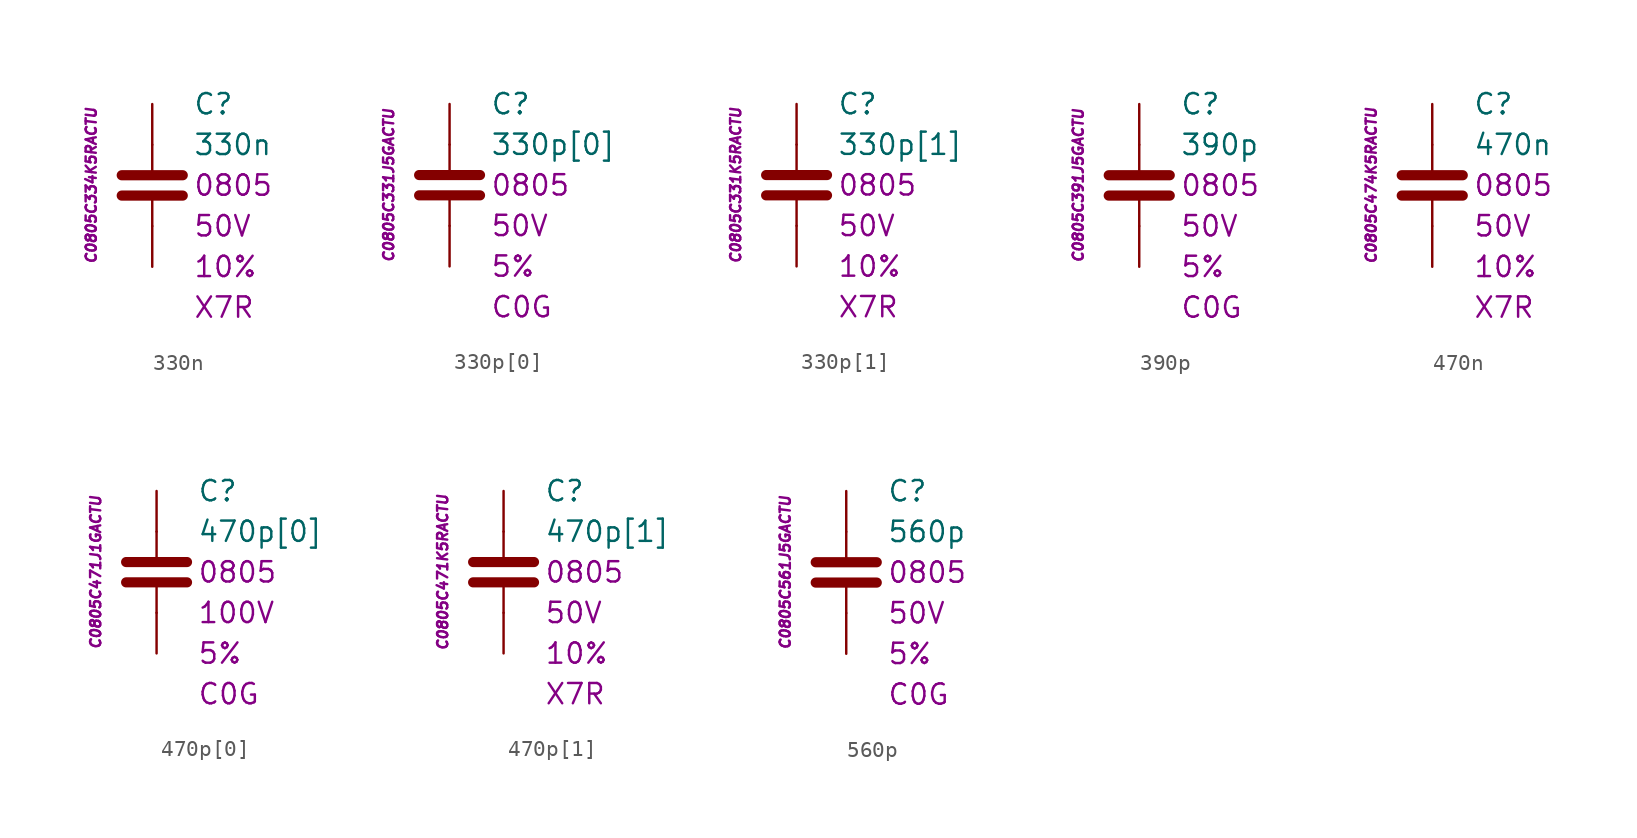
<source format=kicad_sym>
(kicad_symbol_lib
  (version 20201005)
  (generator kicad_symbol_editor)
  (symbol "330n"
    (pin_numbers hide)
    (pin_names
      (offset 1.016) hide)
    (property "Reference" "C"
      (at 2.54 5.08 0)
      (effects (font (size 1.27 1.27)) (justify left)))
    (property "Value" "330n"
      (at 2.54 2.54 0)
      (effects (font (size 1.27 1.27)) (justify left)))
    (property "Package" "0805"
      (at 2.54 0 0)
      (effects (font (size 1.27 1.27)) (justify left)))
    (property "Voltage" "50V"
      (at 2.54 -2.54 0)
      (effects (font (size 1.27 1.27)) (justify left)))
    (property "Tolerance" "10%"
      (at 2.54 -5.08 0)
      (effects (font (size 1.27 1.27)) (justify left)))
    (property "Dielectric" "X7R"
      (at 2.54 -7.62 0)
      (effects (font (size 1.27 1.27)) (justify left)))
    (property "ID" "C0805C334K5RACTU"
      (at -3.81 0 90)
      (effects (font (size 0.635 0.635) italic)))
    (symbol "330n_0_1"
      (polyline (pts (xy -1.905 -0.635) (xy 1.905 -0.635)) (stroke (width 0.635)) (fill (type none)))
      (polyline (pts (xy -1.905 0.635) (xy 1.905 0.635)) (stroke (width 0.635)) (fill (type none)))
      (polyline (pts (xy 0 -2.54) (xy 0 -0.635)) (stroke (width 0.152)) (fill (type none)))
      (polyline (pts (xy 0 0.635) (xy 0 2.54)) (stroke (width 0.152)) (fill (type none))))
    (symbol "330n_1_1"
      (pin passive line (at 0 5.08 270) (length 2.54) (name "~" (effects (font (size 1.778 1.778)))) (number "1" (effects (font (size 1.778 1.778)))))
      (pin passive line (at 0 -5.08 90) (length 2.54) (name "~" (effects (font (size 1.778 1.778)))) (number "2" (effects (font (size 1.778 1.778)))))))
  (symbol "330p[0]"
    (pin_numbers hide)
    (pin_names
      (offset 1.016) hide)
    (property "Reference" "C"
      (at 2.54 5.08 0)
      (effects (font (size 1.27 1.27)) (justify left)))
    (property "Value" "330p[0]"
      (at 2.54 2.54 0)
      (effects (font (size 1.27 1.27)) (justify left)))
    (property "Package" "0805"
      (at 2.54 0 0)
      (effects (font (size 1.27 1.27)) (justify left)))
    (property "Voltage" "50V"
      (at 2.54 -2.54 0)
      (effects (font (size 1.27 1.27)) (justify left)))
    (property "Tolerance" "5%"
      (at 2.54 -5.08 0)
      (effects (font (size 1.27 1.27)) (justify left)))
    (property "Dielectric" "C0G"
      (at 2.54 -7.62 0)
      (effects (font (size 1.27 1.27)) (justify left)))
    (property "ID" "C0805C331J5GACTU"
      (at -3.81 0 90)
      (effects (font (size 0.635 0.635) italic)))
    (symbol "330p[0]_0_1"
      (polyline (pts (xy -1.905 -0.635) (xy 1.905 -0.635)) (stroke (width 0.635)) (fill (type none)))
      (polyline (pts (xy -1.905 0.635) (xy 1.905 0.635)) (stroke (width 0.635)) (fill (type none)))
      (polyline (pts (xy 0 -2.54) (xy 0 -0.635)) (stroke (width 0.152)) (fill (type none)))
      (polyline (pts (xy 0 0.635) (xy 0 2.54)) (stroke (width 0.152)) (fill (type none))))
    (symbol "330p[0]_1_1"
      (pin passive line (at 0 5.08 270) (length 2.54) (name "~" (effects (font (size 1.778 1.778)))) (number "1" (effects (font (size 1.778 1.778)))))
      (pin passive line (at 0 -5.08 90) (length 2.54) (name "~" (effects (font (size 1.778 1.778)))) (number "2" (effects (font (size 1.778 1.778)))))))
  (symbol "330p[1]"
    (pin_numbers hide)
    (pin_names
      (offset 1.016) hide)
    (property "Reference" "C"
      (at 2.54 5.08 0)
      (effects (font (size 1.27 1.27)) (justify left)))
    (property "Value" "330p[1]"
      (at 2.54 2.54 0)
      (effects (font (size 1.27 1.27)) (justify left)))
    (property "Package" "0805"
      (at 2.54 0 0)
      (effects (font (size 1.27 1.27)) (justify left)))
    (property "Voltage" "50V"
      (at 2.54 -2.54 0)
      (effects (font (size 1.27 1.27)) (justify left)))
    (property "Tolerance" "10%"
      (at 2.54 -5.08 0)
      (effects (font (size 1.27 1.27)) (justify left)))
    (property "Dielectric" "X7R"
      (at 2.54 -7.62 0)
      (effects (font (size 1.27 1.27)) (justify left)))
    (property "ID" "C0805C331K5RACTU"
      (at -3.81 0 90)
      (effects (font (size 0.635 0.635) italic)))
    (symbol "330p[1]_0_1"
      (polyline (pts (xy -1.905 -0.635) (xy 1.905 -0.635)) (stroke (width 0.635)) (fill (type none)))
      (polyline (pts (xy -1.905 0.635) (xy 1.905 0.635)) (stroke (width 0.635)) (fill (type none)))
      (polyline (pts (xy 0 -2.54) (xy 0 -0.635)) (stroke (width 0.152)) (fill (type none)))
      (polyline (pts (xy 0 0.635) (xy 0 2.54)) (stroke (width 0.152)) (fill (type none))))
    (symbol "330p[1]_1_1"
      (pin passive line (at 0 5.08 270) (length 2.54) (name "~" (effects (font (size 1.778 1.778)))) (number "1" (effects (font (size 1.778 1.778)))))
      (pin passive line (at 0 -5.08 90) (length 2.54) (name "~" (effects (font (size 1.778 1.778)))) (number "2" (effects (font (size 1.778 1.778)))))))
  (symbol "390p"
    (pin_numbers hide)
    (pin_names
      (offset 1.016) hide)
    (property "Reference" "C"
      (at 2.54 5.08 0)
      (effects (font (size 1.27 1.27)) (justify left)))
    (property "Value" "390p"
      (at 2.54 2.54 0)
      (effects (font (size 1.27 1.27)) (justify left)))
    (property "Package" "0805"
      (at 2.54 0 0)
      (effects (font (size 1.27 1.27)) (justify left)))
    (property "Voltage" "50V"
      (at 2.54 -2.54 0)
      (effects (font (size 1.27 1.27)) (justify left)))
    (property "Tolerance" "5%"
      (at 2.54 -5.08 0)
      (effects (font (size 1.27 1.27)) (justify left)))
    (property "Dielectric" "C0G"
      (at 2.54 -7.62 0)
      (effects (font (size 1.27 1.27)) (justify left)))
    (property "ID" "C0805C391J5GACTU"
      (at -3.81 0 90)
      (effects (font (size 0.635 0.635) italic)))
    (symbol "390p_0_1"
      (polyline (pts (xy -1.905 -0.635) (xy 1.905 -0.635)) (stroke (width 0.635)) (fill (type none)))
      (polyline (pts (xy -1.905 0.635) (xy 1.905 0.635)) (stroke (width 0.635)) (fill (type none)))
      (polyline (pts (xy 0 -2.54) (xy 0 -0.635)) (stroke (width 0.152)) (fill (type none)))
      (polyline (pts (xy 0 0.635) (xy 0 2.54)) (stroke (width 0.152)) (fill (type none))))
    (symbol "390p_1_1"
      (pin passive line (at 0 5.08 270) (length 2.54) (name "~" (effects (font (size 1.778 1.778)))) (number "1" (effects (font (size 1.778 1.778)))))
      (pin passive line (at 0 -5.08 90) (length 2.54) (name "~" (effects (font (size 1.778 1.778)))) (number "2" (effects (font (size 1.778 1.778)))))))
  (symbol "470n"
    (pin_numbers hide)
    (pin_names
      (offset 1.016) hide)
    (property "Reference" "C"
      (at 2.54 5.08 0)
      (effects (font (size 1.27 1.27)) (justify left)))
    (property "Value" "470n"
      (at 2.54 2.54 0)
      (effects (font (size 1.27 1.27)) (justify left)))
    (property "Package" "0805"
      (at 2.54 0 0)
      (effects (font (size 1.27 1.27)) (justify left)))
    (property "Voltage" "50V"
      (at 2.54 -2.54 0)
      (effects (font (size 1.27 1.27)) (justify left)))
    (property "Tolerance" "10%"
      (at 2.54 -5.08 0)
      (effects (font (size 1.27 1.27)) (justify left)))
    (property "Dielectric" "X7R"
      (at 2.54 -7.62 0)
      (effects (font (size 1.27 1.27)) (justify left)))
    (property "ID" "C0805C474K5RACTU"
      (at -3.81 0 90)
      (effects (font (size 0.635 0.635) italic)))
    (symbol "470n_0_1"
      (polyline (pts (xy -1.905 -0.635) (xy 1.905 -0.635)) (stroke (width 0.635)) (fill (type none)))
      (polyline (pts (xy -1.905 0.635) (xy 1.905 0.635)) (stroke (width 0.635)) (fill (type none)))
      (polyline (pts (xy 0 -2.54) (xy 0 -0.635)) (stroke (width 0.152)) (fill (type none)))
      (polyline (pts (xy 0 0.635) (xy 0 2.54)) (stroke (width 0.152)) (fill (type none))))
    (symbol "470n_1_1"
      (pin passive line (at 0 5.08 270) (length 2.54) (name "~" (effects (font (size 1.778 1.778)))) (number "1" (effects (font (size 1.778 1.778)))))
      (pin passive line (at 0 -5.08 90) (length 2.54) (name "~" (effects (font (size 1.778 1.778)))) (number "2" (effects (font (size 1.778 1.778)))))))
  (symbol "470p[0]"
    (pin_numbers hide)
    (pin_names
      (offset 1.016) hide)
    (property "Reference" "C"
      (at 2.54 5.08 0)
      (effects (font (size 1.27 1.27)) (justify left)))
    (property "Value" "470p[0]"
      (at 2.54 2.54 0)
      (effects (font (size 1.27 1.27)) (justify left)))
    (property "Package" "0805"
      (at 2.54 0 0)
      (effects (font (size 1.27 1.27)) (justify left)))
    (property "Voltage" "100V"
      (at 2.54 -2.54 0)
      (effects (font (size 1.27 1.27)) (justify left)))
    (property "Tolerance" "5%"
      (at 2.54 -5.08 0)
      (effects (font (size 1.27 1.27)) (justify left)))
    (property "Dielectric" "C0G"
      (at 2.54 -7.62 0)
      (effects (font (size 1.27 1.27)) (justify left)))
    (property "ID" "C0805C471J1GACTU"
      (at -3.81 0 90)
      (effects (font (size 0.635 0.635) italic)))
    (symbol "470p[0]_0_1"
      (polyline (pts (xy -1.905 -0.635) (xy 1.905 -0.635)) (stroke (width 0.635)) (fill (type none)))
      (polyline (pts (xy -1.905 0.635) (xy 1.905 0.635)) (stroke (width 0.635)) (fill (type none)))
      (polyline (pts (xy 0 -2.54) (xy 0 -0.635)) (stroke (width 0.152)) (fill (type none)))
      (polyline (pts (xy 0 0.635) (xy 0 2.54)) (stroke (width 0.152)) (fill (type none))))
    (symbol "470p[0]_1_1"
      (pin passive line (at 0 5.08 270) (length 2.54) (name "~" (effects (font (size 1.778 1.778)))) (number "1" (effects (font (size 1.778 1.778)))))
      (pin passive line (at 0 -5.08 90) (length 2.54) (name "~" (effects (font (size 1.778 1.778)))) (number "2" (effects (font (size 1.778 1.778)))))))
  (symbol "470p[1]"
    (pin_numbers hide)
    (pin_names
      (offset 1.016) hide)
    (property "Reference" "C"
      (at 2.54 5.08 0)
      (effects (font (size 1.27 1.27)) (justify left)))
    (property "Value" "470p[1]"
      (at 2.54 2.54 0)
      (effects (font (size 1.27 1.27)) (justify left)))
    (property "Package" "0805"
      (at 2.54 0 0)
      (effects (font (size 1.27 1.27)) (justify left)))
    (property "Voltage" "50V"
      (at 2.54 -2.54 0)
      (effects (font (size 1.27 1.27)) (justify left)))
    (property "Tolerance" "10%"
      (at 2.54 -5.08 0)
      (effects (font (size 1.27 1.27)) (justify left)))
    (property "Dielectric" "X7R"
      (at 2.54 -7.62 0)
      (effects (font (size 1.27 1.27)) (justify left)))
    (property "ID" "C0805C471K5RACTU"
      (at -3.81 0 90)
      (effects (font (size 0.635 0.635) italic)))
    (symbol "470p[1]_0_1"
      (polyline (pts (xy -1.905 -0.635) (xy 1.905 -0.635)) (stroke (width 0.635)) (fill (type none)))
      (polyline (pts (xy -1.905 0.635) (xy 1.905 0.635)) (stroke (width 0.635)) (fill (type none)))
      (polyline (pts (xy 0 -2.54) (xy 0 -0.635)) (stroke (width 0.152)) (fill (type none)))
      (polyline (pts (xy 0 0.635) (xy 0 2.54)) (stroke (width 0.152)) (fill (type none))))
    (symbol "470p[1]_1_1"
      (pin passive line (at 0 5.08 270) (length 2.54) (name "~" (effects (font (size 1.778 1.778)))) (number "1" (effects (font (size 1.778 1.778)))))
      (pin passive line (at 0 -5.08 90) (length 2.54) (name "~" (effects (font (size 1.778 1.778)))) (number "2" (effects (font (size 1.778 1.778)))))))
  (symbol "560p"
    (pin_numbers hide)
    (pin_names
      (offset 1.016) hide)
    (property "Reference" "C"
      (at 2.54 5.08 0)
      (effects (font (size 1.27 1.27)) (justify left)))
    (property "Value" "560p"
      (at 2.54 2.54 0)
      (effects (font (size 1.27 1.27)) (justify left)))
    (property "Package" "0805"
      (at 2.54 0 0)
      (effects (font (size 1.27 1.27)) (justify left)))
    (property "Voltage" "50V"
      (at 2.54 -2.54 0)
      (effects (font (size 1.27 1.27)) (justify left)))
    (property "Tolerance" "5%"
      (at 2.54 -5.08 0)
      (effects (font (size 1.27 1.27)) (justify left)))
    (property "Dielectric" "C0G"
      (at 2.54 -7.62 0)
      (effects (font (size 1.27 1.27)) (justify left)))
    (property "ID" "C0805C561J5GACTU"
      (at -3.81 0 90)
      (effects (font (size 0.635 0.635) italic)))
    (symbol "560p_0_1"
      (polyline (pts (xy -1.905 -0.635) (xy 1.905 -0.635)) (stroke (width 0.635)) (fill (type none)))
      (polyline (pts (xy -1.905 0.635) (xy 1.905 0.635)) (stroke (width 0.635)) (fill (type none)))
      (polyline (pts (xy 0 -2.54) (xy 0 -0.635)) (stroke (width 0.152)) (fill (type none)))
      (polyline (pts (xy 0 0.635) (xy 0 2.54)) (stroke (width 0.152)) (fill (type none))))
    (symbol "560p_1_1"
      (pin passive line (at 0 5.08 270) (length 2.54) (name "~" (effects (font (size 1.778 1.778)))) (number "1" (effects (font (size 1.778 1.778)))))
      (pin passive line (at 0 -5.08 90) (length 2.54) (name "~" (effects (font (size 1.778 1.778)))) (number "2" (effects (font (size 1.778 1.778))))))))
</source>
